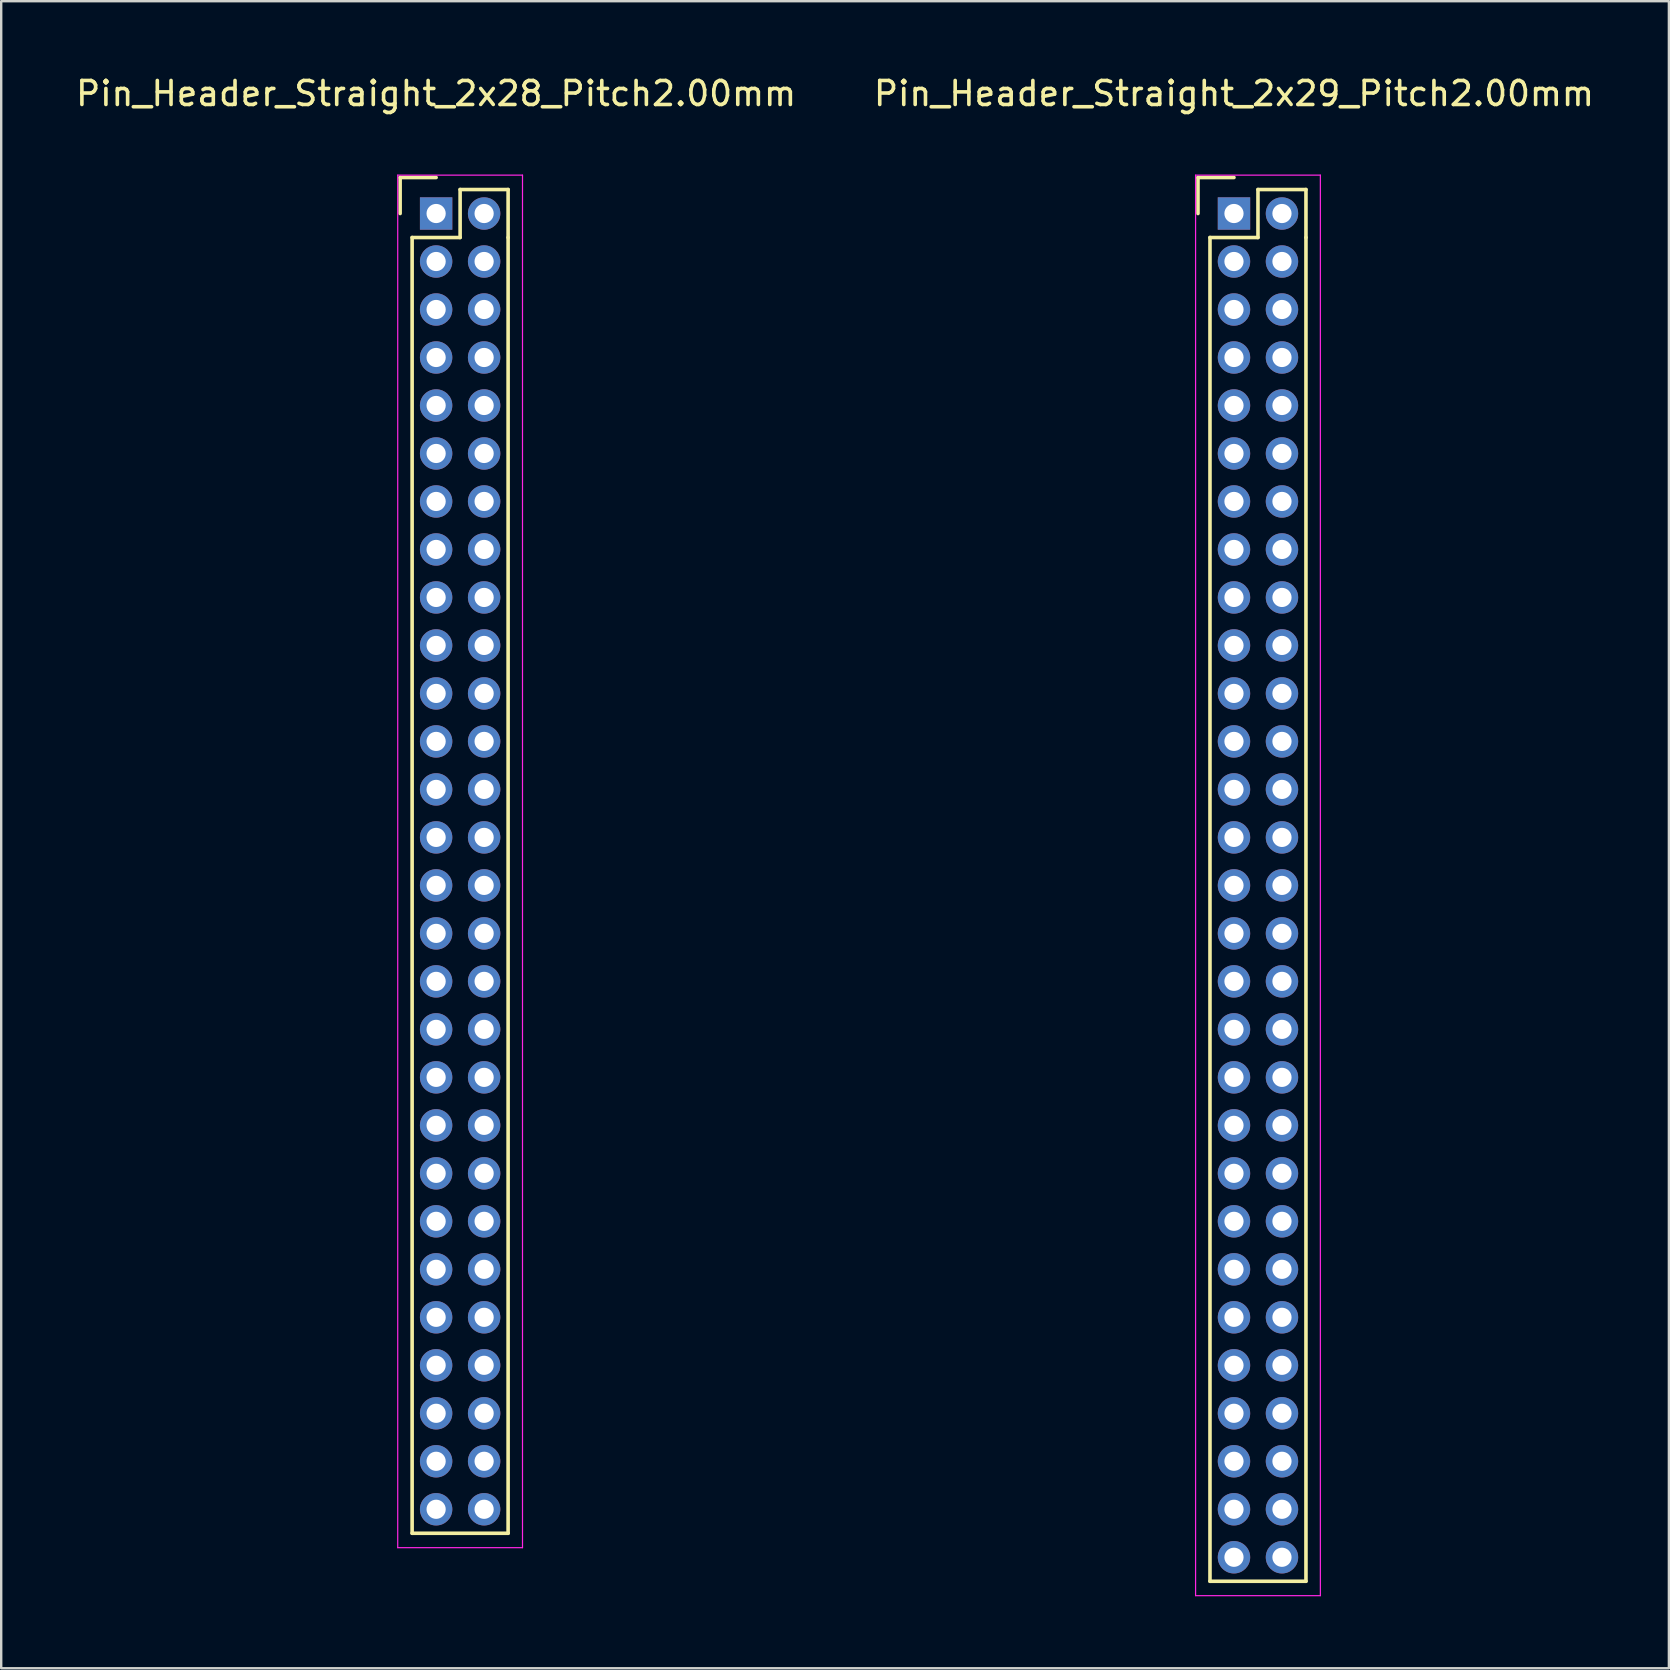
<source format=kicad_pcb>
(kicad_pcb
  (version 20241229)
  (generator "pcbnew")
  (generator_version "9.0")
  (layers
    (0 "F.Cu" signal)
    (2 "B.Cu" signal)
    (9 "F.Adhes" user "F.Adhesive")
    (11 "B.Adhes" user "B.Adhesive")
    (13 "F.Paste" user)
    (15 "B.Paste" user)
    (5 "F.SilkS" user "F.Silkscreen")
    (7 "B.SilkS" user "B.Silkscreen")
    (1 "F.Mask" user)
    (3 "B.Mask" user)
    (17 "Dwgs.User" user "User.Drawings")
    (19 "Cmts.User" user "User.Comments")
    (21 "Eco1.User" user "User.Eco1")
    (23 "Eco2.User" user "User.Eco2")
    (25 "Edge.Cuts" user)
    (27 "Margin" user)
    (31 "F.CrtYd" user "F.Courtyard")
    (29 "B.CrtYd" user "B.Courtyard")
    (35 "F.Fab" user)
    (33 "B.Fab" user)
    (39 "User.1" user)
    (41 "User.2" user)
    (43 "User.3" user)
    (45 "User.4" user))
  (footprint "Pin_Header_Straight_2x29_Pitch2.00mm"
    (layer "F.Cu")
    (at 48.375 5.848)
    (property "Reference" "Pin_Header_Straight_2x29_Pitch2.00mm" (at 0 -5 0) (layer "F.SilkS") (effects (font (size 1 1) (thickness 0.15))))
    (attr through_hole)
    (fp_line (start -1.5 -1.5) (end 0 -1.5) (stroke (width 0.15) (type solid)) (layer "F.SilkS"))
    (fp_line (start -1.5 0) (end -1.5 -1.5) (stroke (width 0.15) (type solid)) (layer "F.SilkS"))
    (fp_line (start -1 1) (end 1 1) (stroke (width 0.15) (type solid)) (layer "F.SilkS"))
    (fp_line (start -1 57) (end -1 1) (stroke (width 0.15) (type solid)) (layer "F.SilkS"))
    (fp_line (start 1 -1) (end 3 -1) (stroke (width 0.15) (type solid)) (layer "F.SilkS"))
    (fp_line (start 1 1) (end 1 -1) (stroke (width 0.15) (type solid)) (layer "F.SilkS"))
    (fp_line (start 3 -1) (end 3 1) (stroke (width 0.15) (type solid)) (layer "F.SilkS"))
    (fp_line (start 3 1) (end 3 57) (stroke (width 0.15) (type solid)) (layer "F.SilkS"))
    (fp_line (start 3 57) (end -1 57) (stroke (width 0.15) (type solid)) (layer "F.SilkS"))
    (fp_line (start -1.6 -1.6) (end 3.6 -1.6) (stroke (width 0.05) (type solid)) (layer "F.CrtYd"))
    (fp_line (start -1.6 57.6) (end -1.6 -1.6) (stroke (width 0.05) (type solid)) (layer "F.CrtYd"))
    (fp_line (start 3.6 -1.6) (end 3.6 57.6) (stroke (width 0.05) (type solid)) (layer "F.CrtYd"))
    (fp_line (start 3.6 57.6) (end -1.6 57.6) (stroke (width 0.05) (type solid)) (layer "F.CrtYd"))
    (pad "1" thru_hole rect (at 0 0) (size 1.35 1.35) (drill 0.8) (layers "*.Cu" "*.Mask"))
    (pad "2" thru_hole circle (at 2 0) (size 1.35 1.35) (drill 0.8) (layers "*.Cu" "*.Mask"))
    (pad "3" thru_hole circle (at 0 2) (size 1.35 1.35) (drill 0.8) (layers "*.Cu" "*.Mask"))
    (pad "4" thru_hole circle (at 2 2) (size 1.35 1.35) (drill 0.8) (layers "*.Cu" "*.Mask"))
    (pad "5" thru_hole circle (at 0 4) (size 1.35 1.35) (drill 0.8) (layers "*.Cu" "*.Mask"))
    (pad "6" thru_hole circle (at 2 4) (size 1.35 1.35) (drill 0.8) (layers "*.Cu" "*.Mask"))
    (pad "7" thru_hole circle (at 0 6) (size 1.35 1.35) (drill 0.8) (layers "*.Cu" "*.Mask"))
    (pad "8" thru_hole circle (at 2 6) (size 1.35 1.35) (drill 0.8) (layers "*.Cu" "*.Mask"))
    (pad "9" thru_hole circle (at 0 8) (size 1.35 1.35) (drill 0.8) (layers "*.Cu" "*.Mask"))
    (pad "10" thru_hole circle (at 2 8) (size 1.35 1.35) (drill 0.8) (layers "*.Cu" "*.Mask"))
    (pad "11" thru_hole circle (at 0 10) (size 1.35 1.35) (drill 0.8) (layers "*.Cu" "*.Mask"))
    (pad "12" thru_hole circle (at 2 10) (size 1.35 1.35) (drill 0.8) (layers "*.Cu" "*.Mask"))
    (pad "13" thru_hole circle (at 0 12) (size 1.35 1.35) (drill 0.8) (layers "*.Cu" "*.Mask"))
    (pad "14" thru_hole circle (at 2 12) (size 1.35 1.35) (drill 0.8) (layers "*.Cu" "*.Mask"))
    (pad "15" thru_hole circle (at 0 14) (size 1.35 1.35) (drill 0.8) (layers "*.Cu" "*.Mask"))
    (pad "16" thru_hole circle (at 2 14) (size 1.35 1.35) (drill 0.8) (layers "*.Cu" "*.Mask"))
    (pad "17" thru_hole circle (at 0 16) (size 1.35 1.35) (drill 0.8) (layers "*.Cu" "*.Mask"))
    (pad "18" thru_hole circle (at 2 16) (size 1.35 1.35) (drill 0.8) (layers "*.Cu" "*.Mask"))
    (pad "19" thru_hole circle (at 0 18) (size 1.35 1.35) (drill 0.8) (layers "*.Cu" "*.Mask"))
    (pad "20" thru_hole circle (at 2 18) (size 1.35 1.35) (drill 0.8) (layers "*.Cu" "*.Mask"))
    (pad "21" thru_hole circle (at 0 20) (size 1.35 1.35) (drill 0.8) (layers "*.Cu" "*.Mask"))
    (pad "22" thru_hole circle (at 2 20) (size 1.35 1.35) (drill 0.8) (layers "*.Cu" "*.Mask"))
    (pad "23" thru_hole circle (at 0 22) (size 1.35 1.35) (drill 0.8) (layers "*.Cu" "*.Mask"))
    (pad "24" thru_hole circle (at 2 22) (size 1.35 1.35) (drill 0.8) (layers "*.Cu" "*.Mask"))
    (pad "25" thru_hole circle (at 0 24) (size 1.35 1.35) (drill 0.8) (layers "*.Cu" "*.Mask"))
    (pad "26" thru_hole circle (at 2 24) (size 1.35 1.35) (drill 0.8) (layers "*.Cu" "*.Mask"))
    (pad "27" thru_hole circle (at 0 26) (size 1.35 1.35) (drill 0.8) (layers "*.Cu" "*.Mask"))
    (pad "28" thru_hole circle (at 2 26) (size 1.35 1.35) (drill 0.8) (layers "*.Cu" "*.Mask"))
    (pad "29" thru_hole circle (at 0 28) (size 1.35 1.35) (drill 0.8) (layers "*.Cu" "*.Mask"))
    (pad "30" thru_hole circle (at 2 28) (size 1.35 1.35) (drill 0.8) (layers "*.Cu" "*.Mask"))
    (pad "31" thru_hole circle (at 0 30) (size 1.35 1.35) (drill 0.8) (layers "*.Cu" "*.Mask"))
    (pad "32" thru_hole circle (at 2 30) (size 1.35 1.35) (drill 0.8) (layers "*.Cu" "*.Mask"))
    (pad "33" thru_hole circle (at 0 32) (size 1.35 1.35) (drill 0.8) (layers "*.Cu" "*.Mask"))
    (pad "34" thru_hole circle (at 2 32) (size 1.35 1.35) (drill 0.8) (layers "*.Cu" "*.Mask"))
    (pad "35" thru_hole circle (at 0 34) (size 1.35 1.35) (drill 0.8) (layers "*.Cu" "*.Mask"))
    (pad "36" thru_hole circle (at 2 34) (size 1.35 1.35) (drill 0.8) (layers "*.Cu" "*.Mask"))
    (pad "37" thru_hole circle (at 0 36) (size 1.35 1.35) (drill 0.8) (layers "*.Cu" "*.Mask"))
    (pad "38" thru_hole circle (at 2 36) (size 1.35 1.35) (drill 0.8) (layers "*.Cu" "*.Mask"))
    (pad "39" thru_hole circle (at 0 38) (size 1.35 1.35) (drill 0.8) (layers "*.Cu" "*.Mask"))
    (pad "40" thru_hole circle (at 2 38) (size 1.35 1.35) (drill 0.8) (layers "*.Cu" "*.Mask"))
    (pad "41" thru_hole circle (at 0 40) (size 1.35 1.35) (drill 0.8) (layers "*.Cu" "*.Mask"))
    (pad "42" thru_hole circle (at 2 40) (size 1.35 1.35) (drill 0.8) (layers "*.Cu" "*.Mask"))
    (pad "43" thru_hole circle (at 0 42) (size 1.35 1.35) (drill 0.8) (layers "*.Cu" "*.Mask"))
    (pad "44" thru_hole circle (at 2 42) (size 1.35 1.35) (drill 0.8) (layers "*.Cu" "*.Mask"))
    (pad "45" thru_hole circle (at 0 44) (size 1.35 1.35) (drill 0.8) (layers "*.Cu" "*.Mask"))
    (pad "46" thru_hole circle (at 2 44) (size 1.35 1.35) (drill 0.8) (layers "*.Cu" "*.Mask"))
    (pad "47" thru_hole circle (at 0 46) (size 1.35 1.35) (drill 0.8) (layers "*.Cu" "*.Mask"))
    (pad "48" thru_hole circle (at 2 46) (size 1.35 1.35) (drill 0.8) (layers "*.Cu" "*.Mask"))
    (pad "49" thru_hole circle (at 0 48) (size 1.35 1.35) (drill 0.8) (layers "*.Cu" "*.Mask"))
    (pad "50" thru_hole circle (at 2 48) (size 1.35 1.35) (drill 0.8) (layers "*.Cu" "*.Mask"))
    (pad "51" thru_hole circle (at 0 50) (size 1.35 1.35) (drill 0.8) (layers "*.Cu" "*.Mask"))
    (pad "52" thru_hole circle (at 2 50) (size 1.35 1.35) (drill 0.8) (layers "*.Cu" "*.Mask"))
    (pad "53" thru_hole circle (at 0 52) (size 1.35 1.35) (drill 0.8) (layers "*.Cu" "*.Mask"))
    (pad "54" thru_hole circle (at 2 52) (size 1.35 1.35) (drill 0.8) (layers "*.Cu" "*.Mask"))
    (pad "55" thru_hole circle (at 0 54) (size 1.35 1.35) (drill 0.8) (layers "*.Cu" "*.Mask"))
    (pad "56" thru_hole circle (at 2 54) (size 1.35 1.35) (drill 0.8) (layers "*.Cu" "*.Mask"))
    (pad "57" thru_hole circle (at 0 56) (size 1.35 1.35) (drill 0.8) (layers "*.Cu" "*.Mask"))
    (pad "58" thru_hole circle (at 2 56) (size 1.35 1.35) (drill 0.8) (layers "*.Cu" "*.Mask")))
  (footprint "Pin_Header_Straight_2x28_Pitch2.00mm"
    (layer "F.Cu")
    (at 15.125 5.848)
    (property "Reference" "Pin_Header_Straight_2x28_Pitch2.00mm" (at 0 -5 0) (layer "F.SilkS") (effects (font (size 1 1) (thickness 0.15))))
    (attr through_hole)
    (fp_line (start -1.5 -1.5) (end 0 -1.5) (stroke (width 0.15) (type solid)) (layer "F.SilkS"))
    (fp_line (start -1.5 0) (end -1.5 -1.5) (stroke (width 0.15) (type solid)) (layer "F.SilkS"))
    (fp_line (start -1 1) (end 1 1) (stroke (width 0.15) (type solid)) (layer "F.SilkS"))
    (fp_line (start -1 55) (end -1 1) (stroke (width 0.15) (type solid)) (layer "F.SilkS"))
    (fp_line (start 1 -1) (end 3 -1) (stroke (width 0.15) (type solid)) (layer "F.SilkS"))
    (fp_line (start 1 1) (end 1 -1) (stroke (width 0.15) (type solid)) (layer "F.SilkS"))
    (fp_line (start 3 -1) (end 3 1) (stroke (width 0.15) (type solid)) (layer "F.SilkS"))
    (fp_line (start 3 1) (end 3 55) (stroke (width 0.15) (type solid)) (layer "F.SilkS"))
    (fp_line (start 3 55) (end -1 55) (stroke (width 0.15) (type solid)) (layer "F.SilkS"))
    (fp_line (start -1.6 -1.6) (end 3.6 -1.6) (stroke (width 0.05) (type solid)) (layer "F.CrtYd"))
    (fp_line (start -1.6 55.6) (end -1.6 -1.6) (stroke (width 0.05) (type solid)) (layer "F.CrtYd"))
    (fp_line (start 3.6 -1.6) (end 3.6 55.6) (stroke (width 0.05) (type solid)) (layer "F.CrtYd"))
    (fp_line (start 3.6 55.6) (end -1.6 55.6) (stroke (width 0.05) (type solid)) (layer "F.CrtYd"))
    (pad "1" thru_hole rect (at 0 0) (size 1.35 1.35) (drill 0.8) (layers "*.Cu" "*.Mask"))
    (pad "2" thru_hole circle (at 2 0) (size 1.35 1.35) (drill 0.8) (layers "*.Cu" "*.Mask"))
    (pad "3" thru_hole circle (at 0 2) (size 1.35 1.35) (drill 0.8) (layers "*.Cu" "*.Mask"))
    (pad "4" thru_hole circle (at 2 2) (size 1.35 1.35) (drill 0.8) (layers "*.Cu" "*.Mask"))
    (pad "5" thru_hole circle (at 0 4) (size 1.35 1.35) (drill 0.8) (layers "*.Cu" "*.Mask"))
    (pad "6" thru_hole circle (at 2 4) (size 1.35 1.35) (drill 0.8) (layers "*.Cu" "*.Mask"))
    (pad "7" thru_hole circle (at 0 6) (size 1.35 1.35) (drill 0.8) (layers "*.Cu" "*.Mask"))
    (pad "8" thru_hole circle (at 2 6) (size 1.35 1.35) (drill 0.8) (layers "*.Cu" "*.Mask"))
    (pad "9" thru_hole circle (at 0 8) (size 1.35 1.35) (drill 0.8) (layers "*.Cu" "*.Mask"))
    (pad "10" thru_hole circle (at 2 8) (size 1.35 1.35) (drill 0.8) (layers "*.Cu" "*.Mask"))
    (pad "11" thru_hole circle (at 0 10) (size 1.35 1.35) (drill 0.8) (layers "*.Cu" "*.Mask"))
    (pad "12" thru_hole circle (at 2 10) (size 1.35 1.35) (drill 0.8) (layers "*.Cu" "*.Mask"))
    (pad "13" thru_hole circle (at 0 12) (size 1.35 1.35) (drill 0.8) (layers "*.Cu" "*.Mask"))
    (pad "14" thru_hole circle (at 2 12) (size 1.35 1.35) (drill 0.8) (layers "*.Cu" "*.Mask"))
    (pad "15" thru_hole circle (at 0 14) (size 1.35 1.35) (drill 0.8) (layers "*.Cu" "*.Mask"))
    (pad "16" thru_hole circle (at 2 14) (size 1.35 1.35) (drill 0.8) (layers "*.Cu" "*.Mask"))
    (pad "17" thru_hole circle (at 0 16) (size 1.35 1.35) (drill 0.8) (layers "*.Cu" "*.Mask"))
    (pad "18" thru_hole circle (at 2 16) (size 1.35 1.35) (drill 0.8) (layers "*.Cu" "*.Mask"))
    (pad "19" thru_hole circle (at 0 18) (size 1.35 1.35) (drill 0.8) (layers "*.Cu" "*.Mask"))
    (pad "20" thru_hole circle (at 2 18) (size 1.35 1.35) (drill 0.8) (layers "*.Cu" "*.Mask"))
    (pad "21" thru_hole circle (at 0 20) (size 1.35 1.35) (drill 0.8) (layers "*.Cu" "*.Mask"))
    (pad "22" thru_hole circle (at 2 20) (size 1.35 1.35) (drill 0.8) (layers "*.Cu" "*.Mask"))
    (pad "23" thru_hole circle (at 0 22) (size 1.35 1.35) (drill 0.8) (layers "*.Cu" "*.Mask"))
    (pad "24" thru_hole circle (at 2 22) (size 1.35 1.35) (drill 0.8) (layers "*.Cu" "*.Mask"))
    (pad "25" thru_hole circle (at 0 24) (size 1.35 1.35) (drill 0.8) (layers "*.Cu" "*.Mask"))
    (pad "26" thru_hole circle (at 2 24) (size 1.35 1.35) (drill 0.8) (layers "*.Cu" "*.Mask"))
    (pad "27" thru_hole circle (at 0 26) (size 1.35 1.35) (drill 0.8) (layers "*.Cu" "*.Mask"))
    (pad "28" thru_hole circle (at 2 26) (size 1.35 1.35) (drill 0.8) (layers "*.Cu" "*.Mask"))
    (pad "29" thru_hole circle (at 0 28) (size 1.35 1.35) (drill 0.8) (layers "*.Cu" "*.Mask"))
    (pad "30" thru_hole circle (at 2 28) (size 1.35 1.35) (drill 0.8) (layers "*.Cu" "*.Mask"))
    (pad "31" thru_hole circle (at 0 30) (size 1.35 1.35) (drill 0.8) (layers "*.Cu" "*.Mask"))
    (pad "32" thru_hole circle (at 2 30) (size 1.35 1.35) (drill 0.8) (layers "*.Cu" "*.Mask"))
    (pad "33" thru_hole circle (at 0 32) (size 1.35 1.35) (drill 0.8) (layers "*.Cu" "*.Mask"))
    (pad "34" thru_hole circle (at 2 32) (size 1.35 1.35) (drill 0.8) (layers "*.Cu" "*.Mask"))
    (pad "35" thru_hole circle (at 0 34) (size 1.35 1.35) (drill 0.8) (layers "*.Cu" "*.Mask"))
    (pad "36" thru_hole circle (at 2 34) (size 1.35 1.35) (drill 0.8) (layers "*.Cu" "*.Mask"))
    (pad "37" thru_hole circle (at 0 36) (size 1.35 1.35) (drill 0.8) (layers "*.Cu" "*.Mask"))
    (pad "38" thru_hole circle (at 2 36) (size 1.35 1.35) (drill 0.8) (layers "*.Cu" "*.Mask"))
    (pad "39" thru_hole circle (at 0 38) (size 1.35 1.35) (drill 0.8) (layers "*.Cu" "*.Mask"))
    (pad "40" thru_hole circle (at 2 38) (size 1.35 1.35) (drill 0.8) (layers "*.Cu" "*.Mask"))
    (pad "41" thru_hole circle (at 0 40) (size 1.35 1.35) (drill 0.8) (layers "*.Cu" "*.Mask"))
    (pad "42" thru_hole circle (at 2 40) (size 1.35 1.35) (drill 0.8) (layers "*.Cu" "*.Mask"))
    (pad "43" thru_hole circle (at 0 42) (size 1.35 1.35) (drill 0.8) (layers "*.Cu" "*.Mask"))
    (pad "44" thru_hole circle (at 2 42) (size 1.35 1.35) (drill 0.8) (layers "*.Cu" "*.Mask"))
    (pad "45" thru_hole circle (at 0 44) (size 1.35 1.35) (drill 0.8) (layers "*.Cu" "*.Mask"))
    (pad "46" thru_hole circle (at 2 44) (size 1.35 1.35) (drill 0.8) (layers "*.Cu" "*.Mask"))
    (pad "47" thru_hole circle (at 0 46) (size 1.35 1.35) (drill 0.8) (layers "*.Cu" "*.Mask"))
    (pad "48" thru_hole circle (at 2 46) (size 1.35 1.35) (drill 0.8) (layers "*.Cu" "*.Mask"))
    (pad "49" thru_hole circle (at 0 48) (size 1.35 1.35) (drill 0.8) (layers "*.Cu" "*.Mask"))
    (pad "50" thru_hole circle (at 2 48) (size 1.35 1.35) (drill 0.8) (layers "*.Cu" "*.Mask"))
    (pad "51" thru_hole circle (at 0 50) (size 1.35 1.35) (drill 0.8) (layers "*.Cu" "*.Mask"))
    (pad "52" thru_hole circle (at 2 50) (size 1.35 1.35) (drill 0.8) (layers "*.Cu" "*.Mask"))
    (pad "53" thru_hole circle (at 0 52) (size 1.35 1.35) (drill 0.8) (layers "*.Cu" "*.Mask"))
    (pad "54" thru_hole circle (at 2 52) (size 1.35 1.35) (drill 0.8) (layers "*.Cu" "*.Mask"))
    (pad "55" thru_hole circle (at 0 54) (size 1.35 1.35) (drill 0.8) (layers "*.Cu" "*.Mask"))
    (pad "56" thru_hole circle (at 2 54) (size 1.35 1.35) (drill 0.8) (layers "*.Cu" "*.Mask")))
  (gr_rect
    (start -3 -3)
    (end 66.5 66.473)
    (stroke (width 0.1) (type default))
    (fill no)
    (layer "Edge.Cuts")))
</source>
